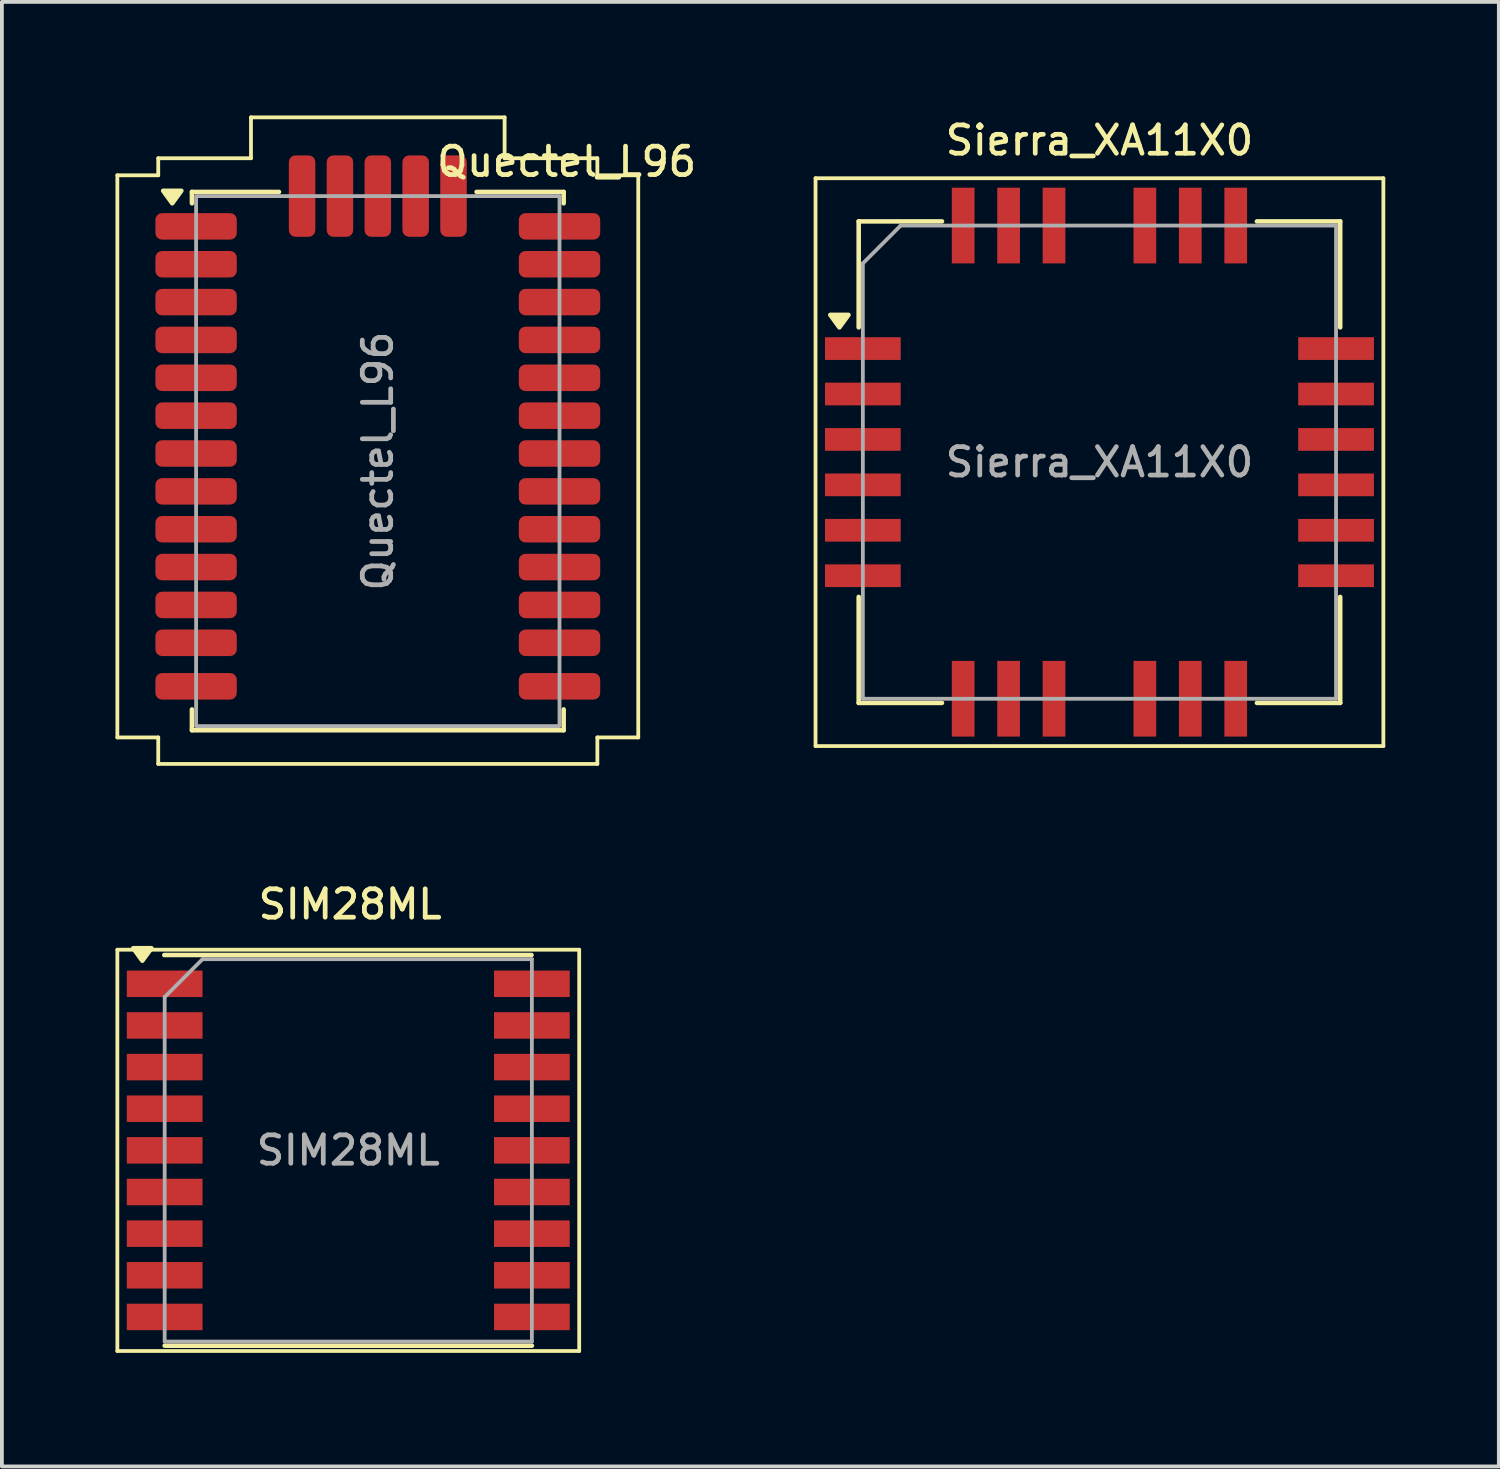
<source format=kicad_pcb>
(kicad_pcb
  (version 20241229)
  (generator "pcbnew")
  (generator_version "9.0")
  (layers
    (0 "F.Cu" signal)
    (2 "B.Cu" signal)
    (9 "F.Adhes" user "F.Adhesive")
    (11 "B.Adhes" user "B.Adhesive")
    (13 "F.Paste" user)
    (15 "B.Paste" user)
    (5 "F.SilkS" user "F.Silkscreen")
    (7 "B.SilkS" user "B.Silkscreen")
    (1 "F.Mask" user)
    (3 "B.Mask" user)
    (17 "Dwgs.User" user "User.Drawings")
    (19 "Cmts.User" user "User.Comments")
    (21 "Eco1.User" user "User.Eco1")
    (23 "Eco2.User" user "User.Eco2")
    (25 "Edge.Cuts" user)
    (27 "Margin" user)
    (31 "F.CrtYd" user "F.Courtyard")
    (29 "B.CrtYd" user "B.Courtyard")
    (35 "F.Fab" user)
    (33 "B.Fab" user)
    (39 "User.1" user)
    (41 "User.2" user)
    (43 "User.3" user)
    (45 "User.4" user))
  (footprint "Quectel_L96"
    (layer "F.Cu")
    (at 6.93 9.13)
    (property "Reference" "Quectel_L96" (at 4.99 -7.91 0) (layer "F.SilkS") (effects (font (size 0.75 0.75) (thickness 0.125))))
    (attr smd)
    (fp_line (start -6.88 -7.55) (end -6.88 7.3) (stroke (width 0.1) (type default)) (layer "F.SilkS"))
    (fp_line (start -6.88 7.3) (end -5.8 7.3) (stroke (width 0.1) (type default)) (layer "F.SilkS"))
    (fp_line (start -5.8 -8) (end -5.8 -7.55) (stroke (width 0.1) (type default)) (layer "F.SilkS"))
    (fp_line (start -5.8 -7.55) (end -6.88 -7.55) (stroke (width 0.1) (type default)) (layer "F.SilkS"))
    (fp_line (start -5.8 7.3) (end -5.8 8) (stroke (width 0.1) (type default)) (layer "F.SilkS"))
    (fp_line (start -5.8 8) (end 5.8 8) (stroke (width 0.1) (type default)) (layer "F.SilkS"))
    (fp_line (start -4.91 -7.11) (end -2.61 -7.11) (stroke (width 0.12) (type default)) (layer "F.SilkS"))
    (fp_line (start -4.91 -6.81) (end -4.91 -7.11) (stroke (width 0.12) (type default)) (layer "F.SilkS"))
    (fp_line (start -4.91 7.11) (end -4.91 6.56) (stroke (width 0.12) (type default)) (layer "F.SilkS"))
    (fp_line (start -3.35 -9.08) (end -3.35 -8) (stroke (width 0.1) (type default)) (layer "F.SilkS"))
    (fp_line (start -3.35 -8) (end -5.8 -8) (stroke (width 0.1) (type default)) (layer "F.SilkS"))
    (fp_line (start 2.61 -7.11) (end 4.91 -7.11) (stroke (width 0.12) (type default)) (layer "F.SilkS"))
    (fp_line (start 3.35 -9.08) (end -3.35 -9.08) (stroke (width 0.1) (type default)) (layer "F.SilkS"))
    (fp_line (start 3.35 -8) (end 3.35 -9.08) (stroke (width 0.1) (type default)) (layer "F.SilkS"))
    (fp_line (start 4.91 -7.11) (end 4.91 -6.81) (stroke (width 0.12) (type default)) (layer "F.SilkS"))
    (fp_line (start 4.91 7.11) (end -4.91 7.11) (stroke (width 0.12) (type default)) (layer "F.SilkS"))
    (fp_line (start 4.91 7.11) (end 4.91 6.56) (stroke (width 0.12) (type default)) (layer "F.SilkS"))
    (fp_line (start 5.8 -8) (end 3.35 -8) (stroke (width 0.1) (type default)) (layer "F.SilkS"))
    (fp_line (start 5.8 -7.55) (end 5.8 -8) (stroke (width 0.1) (type default)) (layer "F.SilkS"))
    (fp_line (start 5.8 7.3) (end 6.88 7.3) (stroke (width 0.1) (type default)) (layer "F.SilkS"))
    (fp_line (start 5.8 8) (end 5.8 7.3) (stroke (width 0.1) (type default)) (layer "F.SilkS"))
    (fp_line (start 6.88 -7.55) (end 5.8 -7.55) (stroke (width 0.1) (type default)) (layer "F.SilkS"))
    (fp_line (start 6.88 7.3) (end 6.88 -7.55) (stroke (width 0.1) (type default)) (layer "F.SilkS"))
    (fp_poly (pts (xy -5.43 -6.81) (xy -5.67 -7.14) (xy -5.19 -7.14) (xy -5.43 -6.81)) (stroke (width 0.12) (type solid)) (fill yes) (layer "F.SilkS"))
    (fp_rect (start -4.8 -7) (end 4.8 7) (stroke (width 0.1) (type default)) (fill no) (layer "F.Fab"))
    (fp_text user "${REFERENCE}" (at 0 0 90) (layer "F.Fab") (effects (font (size 0.75 0.75) (thickness 0.125))))
    (pad "1" smd roundrect (at -4.8 -6.2) (size 2.15 0.7) (layers "F.Cu" "F.Mask" "F.Paste") (roundrect_rratio 0.25))
    (pad "2" smd roundrect (at -4.8 -5.2) (size 2.15 0.7) (layers "F.Cu" "F.Mask" "F.Paste") (roundrect_rratio 0.25))
    (pad "3" smd roundrect (at -4.8 -4.2) (size 2.15 0.7) (layers "F.Cu" "F.Mask" "F.Paste") (roundrect_rratio 0.25))
    (pad "4" smd roundrect (at -4.8 -3.2) (size 2.15 0.7) (layers "F.Cu" "F.Mask" "F.Paste") (roundrect_rratio 0.25))
    (pad "5" smd roundrect (at -4.8 -2.2) (size 2.15 0.7) (layers "F.Cu" "F.Mask" "F.Paste") (roundrect_rratio 0.25))
    (pad "6" smd roundrect (at -4.8 -1.2) (size 2.15 0.7) (layers "F.Cu" "F.Mask" "F.Paste") (roundrect_rratio 0.25))
    (pad "7" smd roundrect (at -4.8 -0.2) (size 2.15 0.7) (layers "F.Cu" "F.Mask" "F.Paste") (roundrect_rratio 0.25))
    (pad "8" smd roundrect (at -4.8 0.8) (size 2.15 0.7) (layers "F.Cu" "F.Mask" "F.Paste") (roundrect_rratio 0.25))
    (pad "9" smd roundrect (at -4.8 1.8) (size 2.15 0.7) (layers "F.Cu" "F.Mask" "F.Paste") (roundrect_rratio 0.25))
    (pad "10" smd roundrect (at -4.8 2.8) (size 2.15 0.7) (layers "F.Cu" "F.Mask" "F.Paste") (roundrect_rratio 0.25))
    (pad "11" smd roundrect (at -4.8 3.8) (size 2.15 0.7) (layers "F.Cu" "F.Mask" "F.Paste") (roundrect_rratio 0.25))
    (pad "12" smd roundrect (at -4.8 4.8) (size 2.15 0.7) (layers "F.Cu" "F.Mask" "F.Paste") (roundrect_rratio 0.25))
    (pad "13" smd roundrect (at -4.8 5.95) (size 2.15 0.7) (layers "F.Cu" "F.Mask" "F.Paste") (roundrect_rratio 0.25))
    (pad "14" smd roundrect (at 4.8 5.95) (size 2.15 0.7) (layers "F.Cu" "F.Mask" "F.Paste") (roundrect_rratio 0.25))
    (pad "15" smd roundrect (at 4.8 4.8) (size 2.15 0.7) (layers "F.Cu" "F.Mask" "F.Paste") (roundrect_rratio 0.25))
    (pad "16" smd roundrect (at 4.8 3.8) (size 2.15 0.7) (layers "F.Cu" "F.Mask" "F.Paste") (roundrect_rratio 0.25))
    (pad "17" smd roundrect (at 4.8 2.8) (size 2.15 0.7) (layers "F.Cu" "F.Mask" "F.Paste") (roundrect_rratio 0.25))
    (pad "18" smd roundrect (at 4.8 1.8) (size 2.15 0.7) (layers "F.Cu" "F.Mask" "F.Paste") (roundrect_rratio 0.25))
    (pad "19" smd roundrect (at 4.8 0.8) (size 2.15 0.7) (layers "F.Cu" "F.Mask" "F.Paste") (roundrect_rratio 0.25))
    (pad "20" smd roundrect (at 4.8 -0.2) (size 2.15 0.7) (layers "F.Cu" "F.Mask" "F.Paste") (roundrect_rratio 0.25))
    (pad "21" smd roundrect (at 4.8 -1.2) (size 2.15 0.7) (layers "F.Cu" "F.Mask" "F.Paste") (roundrect_rratio 0.25))
    (pad "22" smd roundrect (at 4.8 -2.2) (size 2.15 0.7) (layers "F.Cu" "F.Mask" "F.Paste") (roundrect_rratio 0.25))
    (pad "23" smd roundrect (at 4.8 -3.2) (size 2.15 0.7) (layers "F.Cu" "F.Mask" "F.Paste") (roundrect_rratio 0.25))
    (pad "24" smd roundrect (at 4.8 -4.2) (size 2.15 0.7) (layers "F.Cu" "F.Mask" "F.Paste") (roundrect_rratio 0.25))
    (pad "25" smd roundrect (at 4.8 -5.2) (size 2.15 0.7) (layers "F.Cu" "F.Mask" "F.Paste") (roundrect_rratio 0.25))
    (pad "26" smd roundrect (at 4.8 -6.2) (size 2.15 0.7) (layers "F.Cu" "F.Mask" "F.Paste") (roundrect_rratio 0.25))
    (pad "27" smd roundrect (at 2 -7 90) (size 2.15 0.7) (layers "F.Cu" "F.Mask" "F.Paste") (roundrect_rratio 0.25))
    (pad "28" smd roundrect (at 1 -7 90) (size 2.15 0.7) (layers "F.Cu" "F.Mask" "F.Paste") (roundrect_rratio 0.25))
    (pad "29" smd roundrect (at 0 -7 90) (size 2.15 0.7) (layers "F.Cu" "F.Mask" "F.Paste") (roundrect_rratio 0.25))
    (pad "30" smd roundrect (at -1 -7 90) (size 2.15 0.7) (layers "F.Cu" "F.Mask" "F.Paste") (roundrect_rratio 0.25))
    (pad "31" smd roundrect (at -2 -7 90) (size 2.15 0.7) (layers "F.Cu" "F.Mask" "F.Paste") (roundrect_rratio 0.25))
    (zone (net_name "") (layers "F.Cu" "B.Cu" "F.SilkS") (hatch edge 0.508) (connect_pads) (min_thickness 0.254) (filled_areas_thickness no) (keepout (tracks not_allowed) (vias not_allowed) (pads not_allowed) (copperpour not_allowed) (footprints not_allowed)) (placement (enabled no)) (fill) (polygon (pts (xy 3.28 16.13) (xy 3.28 11.33) (xy 6.13 11.33) (xy 6.13 10.63) (xy 7.73 10.63) (xy 7.73 11.33) (xy 10.58 11.33) (xy 10.58 16.13)))))
  (footprint "SIM28ML"
    (layer "F.Cu")
    (at 6.15 27.338)
    (property "Reference" "SIM28ML" (at 0.05 -6.5 0) (layer "F.SilkS") (effects (font (size 0.75 0.75) (thickness 0.125))))
    (attr smd)
    (fp_line (start -6.1 -5.3) (end 6.1 -5.3) (stroke (width 0.1) (type solid)) (layer "F.SilkS"))
    (fp_line (start -6.1 5.3) (end -6.1 -5.3) (stroke (width 0.1) (type solid)) (layer "F.SilkS"))
    (fp_line (start -4.86 -5.16) (end 4.84 -5.16) (stroke (width 0.12) (type solid)) (layer "F.SilkS"))
    (fp_line (start -4.85 5.16) (end 4.85 5.16) (stroke (width 0.12) (type solid)) (layer "F.SilkS"))
    (fp_line (start 6.1 -5.3) (end 6.1 5.3) (stroke (width 0.1) (type solid)) (layer "F.SilkS"))
    (fp_line (start 6.1 5.3) (end -6.1 5.3) (stroke (width 0.1) (type solid)) (layer "F.SilkS"))
    (fp_poly (pts (xy -5.44 -5.01) (xy -5.68 -5.34) (xy -5.2 -5.34) (xy -5.44 -5.01)) (stroke (width 0.12) (type solid)) (fill yes) (layer "F.SilkS"))
    (fp_line (start -4.85 5.05) (end -4.85 -4.05) (stroke (width 0.1) (type solid)) (layer "F.Fab"))
    (fp_line (start -3.85 -5.05) (end -4.85 -4.05) (stroke (width 0.1) (type solid)) (layer "F.Fab"))
    (fp_line (start -3.85 -5.05) (end 4.85 -5.05) (stroke (width 0.1) (type solid)) (layer "F.Fab"))
    (fp_line (start 4.85 -5.05) (end 4.85 5.05) (stroke (width 0.1) (type solid)) (layer "F.Fab"))
    (fp_line (start 4.85 5.05) (end -4.85 5.05) (stroke (width 0.1) (type solid)) (layer "F.Fab"))
    (fp_text user "${REFERENCE}" (at 0 0 0) (layer "F.Fab") (effects (font (size 0.75 0.75) (thickness 0.125))))
    (pad "1" smd rect (at -4.85 -4.4) (size 2 0.7) (layers "F.Cu" "F.Mask" "F.Paste"))
    (pad "2" smd rect (at -4.85 -3.3) (size 2 0.7) (layers "F.Cu" "F.Mask" "F.Paste"))
    (pad "3" smd rect (at -4.85 -2.2) (size 2 0.7) (layers "F.Cu" "F.Mask" "F.Paste"))
    (pad "4" smd rect (at -4.85 -1.1) (size 2 0.7) (layers "F.Cu" "F.Mask" "F.Paste"))
    (pad "5" smd rect (at -4.85 0) (size 2 0.7) (layers "F.Cu" "F.Mask" "F.Paste"))
    (pad "6" smd rect (at -4.85 1.1) (size 2 0.7) (layers "F.Cu" "F.Mask" "F.Paste"))
    (pad "7" smd rect (at -4.85 2.2) (size 2 0.7) (layers "F.Cu" "F.Mask" "F.Paste"))
    (pad "8" smd rect (at -4.85 3.3) (size 2 0.7) (layers "F.Cu" "F.Mask" "F.Paste"))
    (pad "9" smd rect (at -4.85 4.4) (size 2 0.7) (layers "F.Cu" "F.Mask" "F.Paste"))
    (pad "10" smd rect (at 4.85 4.4) (size 2 0.7) (layers "F.Cu" "F.Mask" "F.Paste"))
    (pad "11" smd rect (at 4.85 3.3) (size 2 0.7) (layers "F.Cu" "F.Mask" "F.Paste"))
    (pad "12" smd rect (at 4.85 2.2) (size 2 0.7) (layers "F.Cu" "F.Mask" "F.Paste"))
    (pad "13" smd rect (at 4.85 1.1) (size 2 0.7) (layers "F.Cu" "F.Mask" "F.Paste"))
    (pad "14" smd rect (at 4.85 0) (size 2 0.7) (layers "F.Cu" "F.Mask" "F.Paste"))
    (pad "15" smd rect (at 4.85 -1.1) (size 2 0.7) (layers "F.Cu" "F.Mask" "F.Paste"))
    (pad "16" smd rect (at 4.85 -2.2) (size 2 0.7) (layers "F.Cu" "F.Mask" "F.Paste"))
    (pad "17" smd rect (at 4.85 -3.3) (size 2 0.7) (layers "F.Cu" "F.Mask" "F.Paste"))
    (pad "18" smd rect (at 4.85 -4.4) (size 2 0.7) (layers "F.Cu" "F.Mask" "F.Paste")))
  (footprint "Sierra_XA11X0"
    (layer "F.Cu")
    (at 25.993 9.158)
    (property "Reference" "Sierra_XA11X0" (at 0 -8.5 0) (layer "F.SilkS") (effects (font (size 0.75 0.75) (thickness 0.125))))
    (attr smd)
    (fp_line (start -7.5 -7.5) (end -7.5 7.5) (stroke (width 0.1) (type solid)) (layer "F.SilkS"))
    (fp_line (start -7.5 7.5) (end 7.5 7.5) (stroke (width 0.1) (type solid)) (layer "F.SilkS"))
    (fp_line (start -6.36 -6.36) (end -4.16 -6.36) (stroke (width 0.12) (type solid)) (layer "F.SilkS"))
    (fp_line (start -6.36 -3.56) (end -6.36 -6.36) (stroke (width 0.12) (type solid)) (layer "F.SilkS"))
    (fp_line (start -6.36 6.36) (end -6.36 3.56) (stroke (width 0.12) (type solid)) (layer "F.SilkS"))
    (fp_line (start -4.16 6.36) (end -6.36 6.36) (stroke (width 0.12) (type solid)) (layer "F.SilkS"))
    (fp_line (start 4.16 -6.36) (end 6.36 -6.36) (stroke (width 0.12) (type solid)) (layer "F.SilkS"))
    (fp_line (start 4.16 6.36) (end 6.36 6.36) (stroke (width 0.12) (type solid)) (layer "F.SilkS"))
    (fp_line (start 6.36 -6.36) (end 6.36 -3.56) (stroke (width 0.12) (type solid)) (layer "F.SilkS"))
    (fp_line (start 6.36 6.36) (end 6.36 3.56) (stroke (width 0.12) (type solid)) (layer "F.SilkS"))
    (fp_line (start 7.5 -7.5) (end -7.5 -7.5) (stroke (width 0.1) (type solid)) (layer "F.SilkS"))
    (fp_line (start 7.5 7.5) (end 7.5 -7.5) (stroke (width 0.1) (type solid)) (layer "F.SilkS"))
    (fp_poly (pts (xy -6.87 -3.56) (xy -7.11 -3.89) (xy -6.63 -3.89) (xy -6.87 -3.56)) (stroke (width 0.12) (type solid)) (fill yes) (layer "F.SilkS"))
    (fp_line (start -6.25 -5.25) (end -5.25 -6.25) (stroke (width 0.1) (type solid)) (layer "F.Fab"))
    (fp_line (start -6.25 6.25) (end -6.25 -5.25) (stroke (width 0.1) (type solid)) (layer "F.Fab"))
    (fp_line (start -5.25 -6.25) (end 6.25 -6.25) (stroke (width 0.1) (type solid)) (layer "F.Fab"))
    (fp_line (start 6.25 -6.25) (end 6.25 6.25) (stroke (width 0.1) (type solid)) (layer "F.Fab"))
    (fp_line (start 6.25 6.25) (end -6.25 6.25) (stroke (width 0.1) (type solid)) (layer "F.Fab"))
    (fp_text user "${REFERENCE}" (at 0 0 0) (layer "F.Fab") (effects (font (size 0.75 0.75) (thickness 0.125))))
    (pad "1" smd rect (at -6.25 -3) (size 2 0.6) (layers "F.Cu" "F.Mask" "F.Paste"))
    (pad "2" smd rect (at -6.25 -1.8) (size 2 0.6) (layers "F.Cu" "F.Mask" "F.Paste"))
    (pad "3" smd rect (at -6.25 -0.6) (size 2 0.6) (layers "F.Cu" "F.Mask" "F.Paste"))
    (pad "4" smd rect (at -6.25 0.6) (size 2 0.6) (layers "F.Cu" "F.Mask" "F.Paste"))
    (pad "5" smd rect (at -6.25 1.8) (size 2 0.6) (layers "F.Cu" "F.Mask" "F.Paste"))
    (pad "6" smd rect (at -6.25 3) (size 2 0.6) (layers "F.Cu" "F.Mask" "F.Paste"))
    (pad "7" smd rect (at -3.6 6.25) (size 0.6 2) (layers "F.Cu" "F.Mask" "F.Paste"))
    (pad "8" smd rect (at -2.4 6.25) (size 0.6 2) (layers "F.Cu" "F.Mask" "F.Paste"))
    (pad "9" smd rect (at -1.2 6.25) (size 0.6 2) (layers "F.Cu" "F.Mask" "F.Paste"))
    (pad "10" smd rect (at 1.2 6.25) (size 0.6 2) (layers "F.Cu" "F.Mask" "F.Paste"))
    (pad "11" smd rect (at 2.4 6.25) (size 0.6 2) (layers "F.Cu" "F.Mask" "F.Paste"))
    (pad "12" smd rect (at 3.6 6.25) (size 0.6 2) (layers "F.Cu" "F.Mask" "F.Paste"))
    (pad "13" smd rect (at 6.25 3) (size 2 0.6) (layers "F.Cu" "F.Mask" "F.Paste"))
    (pad "14" smd rect (at 6.25 1.8) (size 2 0.6) (layers "F.Cu" "F.Mask" "F.Paste"))
    (pad "15" smd rect (at 6.25 0.6) (size 2 0.6) (layers "F.Cu" "F.Mask" "F.Paste"))
    (pad "16" smd rect (at 6.25 -0.6) (size 2 0.6) (layers "F.Cu" "F.Mask" "F.Paste"))
    (pad "17" smd rect (at 6.25 -1.8) (size 2 0.6) (layers "F.Cu" "F.Mask" "F.Paste"))
    (pad "18" smd rect (at 6.25 -3) (size 2 0.6) (layers "F.Cu" "F.Mask" "F.Paste"))
    (pad "19" smd rect (at 3.6 -6.25) (size 0.6 2) (layers "F.Cu" "F.Mask" "F.Paste"))
    (pad "20" smd rect (at 2.4 -6.25) (size 0.6 2) (layers "F.Cu" "F.Mask" "F.Paste"))
    (pad "21" smd rect (at 1.2 -6.25) (size 0.6 2) (layers "F.Cu" "F.Mask" "F.Paste"))
    (pad "22" smd rect (at -1.2 -6.25) (size 0.6 2) (layers "F.Cu" "F.Mask" "F.Paste"))
    (pad "23" smd rect (at -2.4 -6.25) (size 0.6 2) (layers "F.Cu" "F.Mask" "F.Paste"))
    (pad "24" smd rect (at -3.6 -6.25) (size 0.6 2) (layers "F.Cu" "F.Mask" "F.Paste")))
  (gr_rect
    (start -3 -3)
    (end 36.543 35.688)
    (stroke (width 0.1) (type default))
    (fill no)
    (layer "Edge.Cuts")))
</source>
